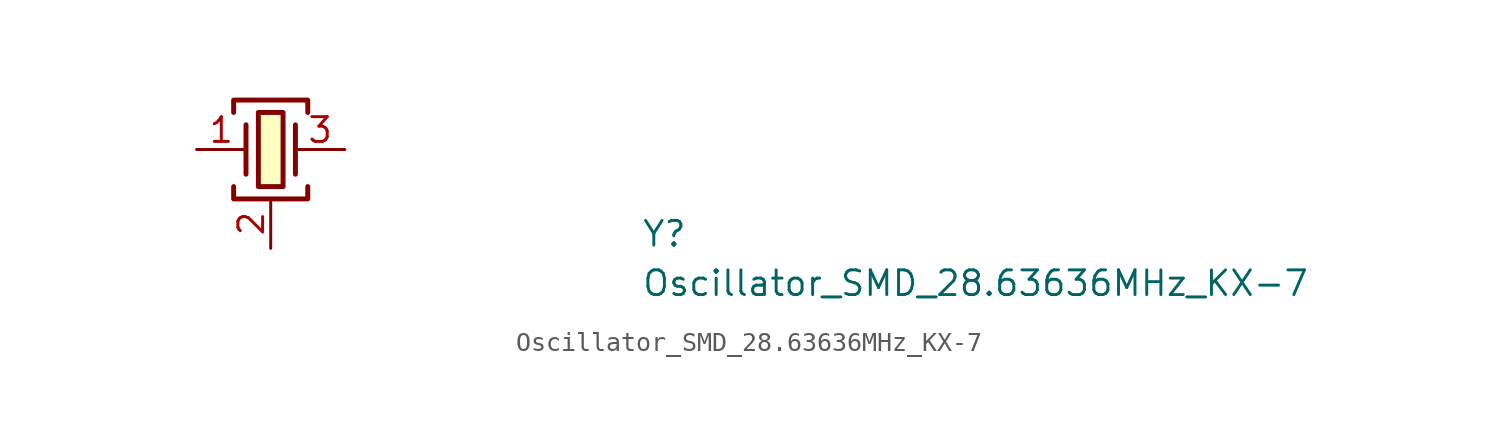
<source format=kicad_sym>
(kicad_symbol_lib
  (version 20211014)
  (generator kicad_symbol_editor)
  (symbol "Oscillator_SMD_28.63636MHz_KX-7"
    (pin_names hide)
    (property "Reference" "Y"
      (at 22.86 -5.08 0)
      (effects (font (size 1.27 1.27) (thickness 0.15)) (justify left bottom)))
    (property "Value" "Oscillator_SMD_28.63636MHz_KX-7"
      (at 22.86 -7.62 0)
      (effects (font (size 1.27 1.27) (thickness 0.15)) (justify left bottom)))
    (symbol "Oscillator_SMD_28.63636MHz_KX-7_1_1"
      (polyline (pts (xy 2.54 1.27) (xy 2.54 -1.27)) (stroke (width 0.254) (type default) (color 0 0 0 0)) (fill (type background)))
      (polyline (pts (xy 5.08 1.27) (xy 5.08 -1.27)) (stroke (width 0.254) (type default) (color 0 0 0 0)) (fill (type background)))
      (polyline (pts (xy 1.905 -1.905) (xy 1.905 -2.54) (xy 5.715 -2.54) (xy 5.715 -1.905)) (stroke (width 0.254) (type default) (color 0 0 0 0)) (fill (type none)))
      (polyline (pts (xy 1.905 1.905) (xy 1.905 2.54) (xy 5.715 2.54) (xy 5.715 1.905)) (stroke (width 0.254) (type default) (color 0 0 0 0)) (fill (type none)))
      (rectangle (start 3.175 1.905) (end 4.445 -1.905) (stroke (width 0.254) (type default) (color 0 0 0 0)) (fill (type background)))
      (pin passive line (at 0 0 0) (length 2.54) (name "~" (effects (font (size 1.27 1.27)))) (number "1" (effects (font (size 1.27 1.27)))))
      (pin passive line (at 3.81 -5.08 90) (length 2.54) (name "SH" (effects (font (size 1.27 1.27)))) (number "2" (effects (font (size 1.27 1.27)))))
      (pin passive line (at 7.62 0 180) (length 2.54) (name "~" (effects (font (size 1.27 1.27)))) (number "3" (effects (font (size 1.27 1.27)))))
      (pin passive line (at 3.81 -5.08 90) (length 2.54) hide (name "SH" (effects (font (size 1.27 1.27)))) (number "4" (effects (font (size 1.27 1.27))))))))
</source>
